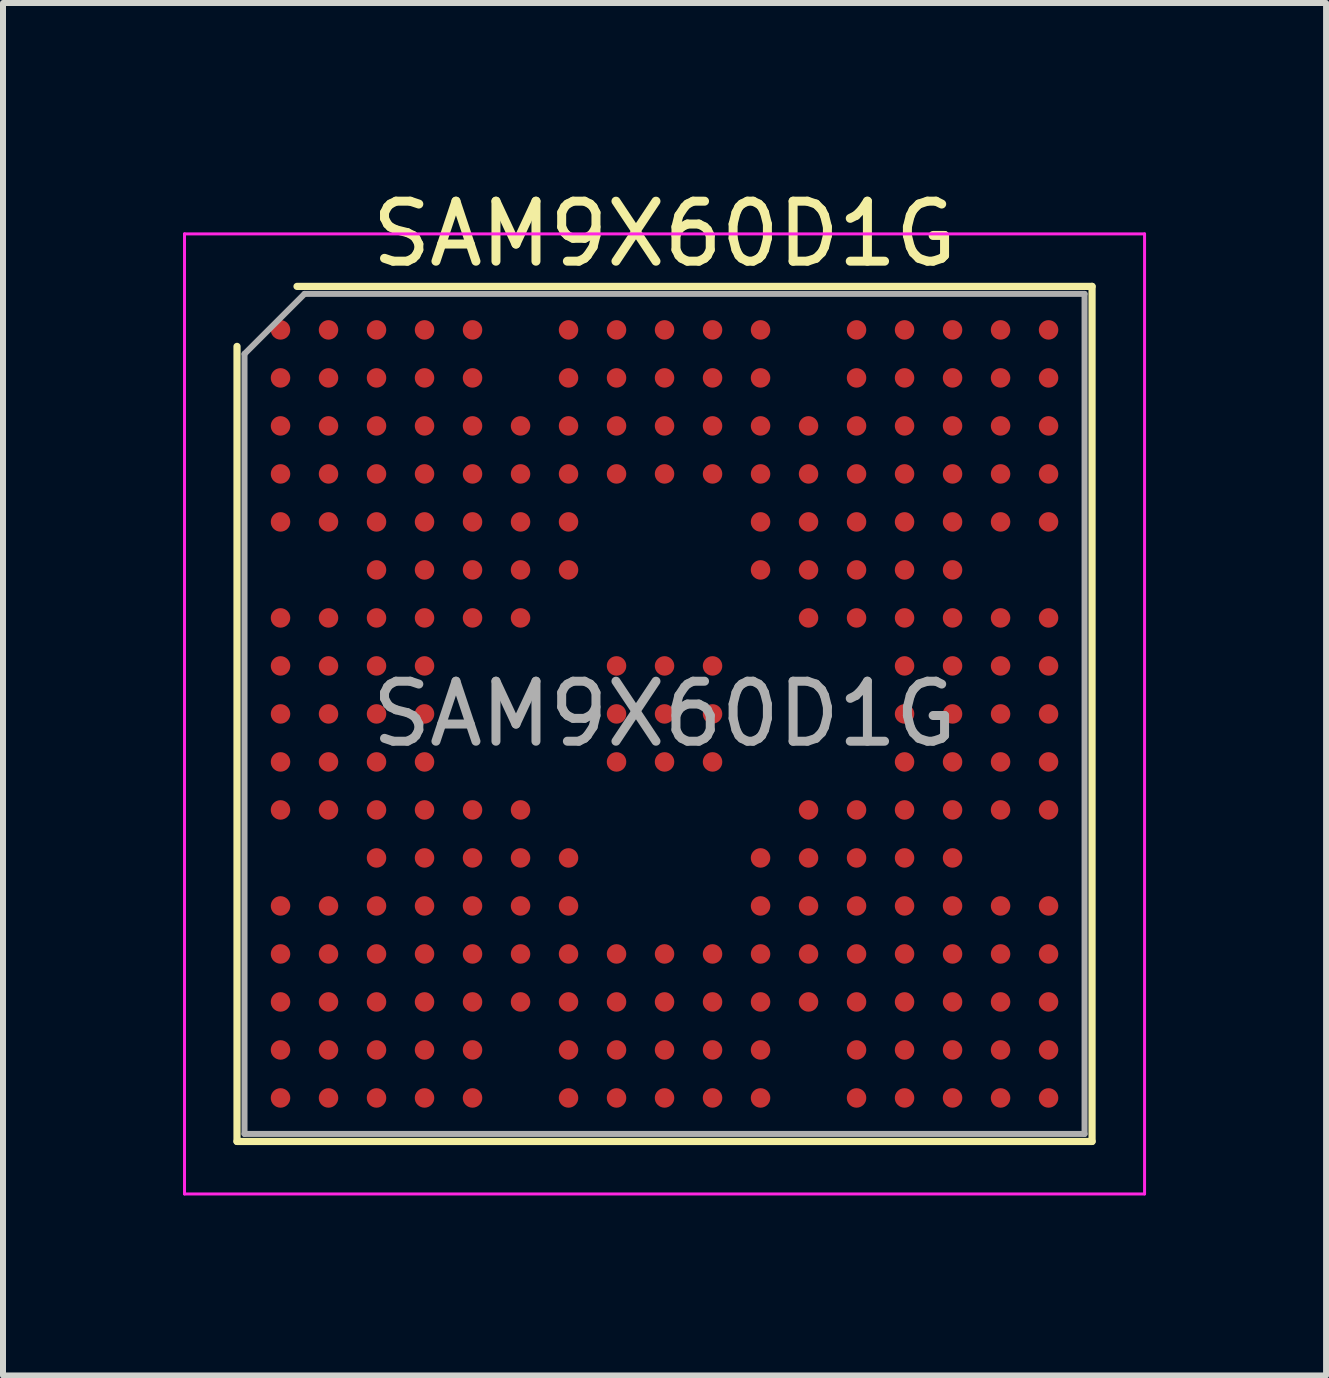
<source format=kicad_pcb>
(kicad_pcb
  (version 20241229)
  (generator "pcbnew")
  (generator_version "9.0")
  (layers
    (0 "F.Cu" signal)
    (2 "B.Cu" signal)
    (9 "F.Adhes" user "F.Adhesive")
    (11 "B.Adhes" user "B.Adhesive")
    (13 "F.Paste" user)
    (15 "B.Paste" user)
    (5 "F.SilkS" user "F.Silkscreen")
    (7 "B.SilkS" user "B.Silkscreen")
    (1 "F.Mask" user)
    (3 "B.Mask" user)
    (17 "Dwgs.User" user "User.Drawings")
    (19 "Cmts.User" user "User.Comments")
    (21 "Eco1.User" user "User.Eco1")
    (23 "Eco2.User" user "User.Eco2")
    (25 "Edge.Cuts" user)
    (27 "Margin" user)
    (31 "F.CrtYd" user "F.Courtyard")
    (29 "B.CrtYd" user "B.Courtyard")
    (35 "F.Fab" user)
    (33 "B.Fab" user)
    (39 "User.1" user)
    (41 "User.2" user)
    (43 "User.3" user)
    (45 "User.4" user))
  (footprint "SAM9X60D1G"
    (layer "F.Cu")
    (at 8.025 8.848)
    (property "Reference" "SAM9X60D1G" (at 0 -8 0) (layer "F.SilkS") (effects (font (size 1 1) (thickness 0.15))))
    (attr smd)
    (fp_line (start -7.125 7.125) (end -7.125 -6.125) (stroke (width 0.12) (type solid)) (layer "F.SilkS"))
    (fp_line (start -6.125 -7.125) (end 7.125 -7.125) (stroke (width 0.12) (type solid)) (layer "F.SilkS"))
    (fp_line (start 7.125 -7.125) (end 7.125 7.125) (stroke (width 0.12) (type solid)) (layer "F.SilkS"))
    (fp_line (start 7.125 7.125) (end -7.125 7.125) (stroke (width 0.12) (type solid)) (layer "F.SilkS"))
    (fp_line (start -8 -8) (end -8 8) (stroke (width 0.05) (type solid)) (layer "F.CrtYd"))
    (fp_line (start -8 8) (end 8 8) (stroke (width 0.05) (type solid)) (layer "F.CrtYd"))
    (fp_line (start 8 -8) (end -8 -8) (stroke (width 0.05) (type solid)) (layer "F.CrtYd"))
    (fp_line (start 8 8) (end 8 -8) (stroke (width 0.05) (type solid)) (layer "F.CrtYd"))
    (fp_line (start -7 -6) (end -6 -7) (stroke (width 0.1) (type solid)) (layer "F.Fab"))
    (fp_line (start -7 7) (end -7 -6) (stroke (width 0.1) (type solid)) (layer "F.Fab"))
    (fp_line (start -6 -7) (end 7 -7) (stroke (width 0.1) (type solid)) (layer "F.Fab"))
    (fp_line (start 7 -7) (end 7 7) (stroke (width 0.1) (type solid)) (layer "F.Fab"))
    (fp_line (start 7 7) (end -7 7) (stroke (width 0.1) (type solid)) (layer "F.Fab"))
    (fp_text user "${REFERENCE}" (at 0 0 0) (layer "F.Fab") (effects (font (size 1 1) (thickness 0.15))))
    (pad "A2" smd circle (at -5.6 -6.4) (size 0.325 0.325) (layers "F.Cu" "F.Mask" "F.Paste"))
    (pad "A3" smd circle (at -4.8 -6.4) (size 0.325 0.325) (layers "F.Cu" "F.Mask" "F.Paste"))
    (pad "A4" smd circle (at -4 -6.4) (size 0.325 0.325) (layers "F.Cu" "F.Mask" "F.Paste"))
    (pad "A5" smd circle (at -3.2 -6.4) (size 0.325 0.325) (layers "F.Cu" "F.Mask" "F.Paste"))
    (pad "A7" smd circle (at -1.6 -6.4) (size 0.325 0.325) (layers "F.Cu" "F.Mask" "F.Paste"))
    (pad "A8" smd circle (at -0.8 -6.4) (size 0.325 0.325) (layers "F.Cu" "F.Mask" "F.Paste"))
    (pad "A9" smd circle (at 0 -6.4) (size 0.325 0.325) (layers "F.Cu" "F.Mask" "F.Paste"))
    (pad "A10" smd circle (at 0.8 -6.4) (size 0.325 0.325) (layers "F.Cu" "F.Mask" "F.Paste"))
    (pad "A11" smd circle (at 1.6 -6.4) (size 0.325 0.325) (layers "F.Cu" "F.Mask" "F.Paste"))
    (pad "A14" smd circle (at 4 -6.4) (size 0.325 0.325) (layers "F.Cu" "F.Mask" "F.Paste"))
    (pad "A16" smd circle (at 5.6 -6.4) (size 0.325 0.325) (layers "F.Cu" "F.Mask" "F.Paste"))
    (pad "B1" smd circle (at -6.4 -5.6) (size 0.325 0.325) (layers "F.Cu" "F.Mask" "F.Paste"))
    (pad "B3" smd circle (at -4.8 -5.6) (size 0.325 0.325) (layers "F.Cu" "F.Mask" "F.Paste"))
    (pad "B4" smd circle (at -4 -5.6) (size 0.325 0.325) (layers "F.Cu" "F.Mask" "F.Paste"))
    (pad "B5" smd circle (at -3.2 -5.6) (size 0.325 0.325) (layers "F.Cu" "F.Mask" "F.Paste"))
    (pad "B7" smd circle (at -1.6 -5.6) (size 0.325 0.325) (layers "F.Cu" "F.Mask" "F.Paste"))
    (pad "B8" smd circle (at -0.8 -5.6) (size 0.325 0.325) (layers "F.Cu" "F.Mask" "F.Paste"))
    (pad "B9" smd circle (at 0 -5.6) (size 0.325 0.325) (layers "F.Cu" "F.Mask" "F.Paste"))
    (pad "B10" smd circle (at 0.8 -5.6) (size 0.325 0.325) (layers "F.Cu" "F.Mask" "F.Paste"))
    (pad "B11" smd circle (at 1.6 -5.6) (size 0.325 0.325) (layers "F.Cu" "F.Mask" "F.Paste"))
    (pad "B15" smd circle (at 4.8 -5.6) (size 0.325 0.325) (layers "F.Cu" "F.Mask" "F.Paste"))
    (pad "B17" smd circle (at 6.4 -5.6) (size 0.325 0.325) (layers "F.Cu" "F.Mask" "F.Paste"))
    (pad "C1" smd circle (at -6.4 -4.8) (size 0.325 0.325) (layers "F.Cu" "F.Mask" "F.Paste"))
    (pad "C2" smd circle (at -5.6 -4.8) (size 0.325 0.325) (layers "F.Cu" "F.Mask" "F.Paste"))
    (pad "C3" smd circle (at -4.8 -4.8) (size 0.325 0.325) (layers "F.Cu" "F.Mask" "F.Paste"))
    (pad "C4" smd circle (at -4 -4.8) (size 0.325 0.325) (layers "F.Cu" "F.Mask" "F.Paste"))
    (pad "C5" smd circle (at -3.2 -4.8) (size 0.325 0.325) (layers "F.Cu" "F.Mask" "F.Paste"))
    (pad "C6" smd circle (at -2.4 -4.8) (size 0.325 0.325) (layers "F.Cu" "F.Mask" "F.Paste"))
    (pad "C7" smd circle (at -1.6 -4.8) (size 0.325 0.325) (layers "F.Cu" "F.Mask" "F.Paste"))
    (pad "C8" smd circle (at -0.8 -4.8) (size 0.325 0.325) (layers "F.Cu" "F.Mask" "F.Paste"))
    (pad "C10" smd circle (at 0.8 -4.8) (size 0.325 0.325) (layers "F.Cu" "F.Mask" "F.Paste"))
    (pad "C11" smd circle (at 1.6 -4.8) (size 0.325 0.325) (layers "F.Cu" "F.Mask" "F.Paste"))
    (pad "C14" smd circle (at 4 -4.8) (size 0.325 0.325) (layers "F.Cu" "F.Mask" "F.Paste"))
    (pad "C16" smd circle (at 5.6 -4.8) (size 0.325 0.325) (layers "F.Cu" "F.Mask" "F.Paste"))
    (pad "C17" smd circle (at 6.4 -4.8) (size 0.325 0.325) (layers "F.Cu" "F.Mask" "F.Paste"))
    (pad "D1" smd circle (at -6.4 -4) (size 0.325 0.325) (layers "F.Cu" "F.Mask" "F.Paste"))
    (pad "D2" smd circle (at -5.6 -4) (size 0.325 0.325) (layers "F.Cu" "F.Mask" "F.Paste"))
    (pad "D3" smd circle (at -4.8 -4) (size 0.325 0.325) (layers "F.Cu" "F.Mask" "F.Paste"))
    (pad "D5" smd circle (at -3.2 -4) (size 0.325 0.325) (layers "F.Cu" "F.Mask" "F.Paste"))
    (pad "D6" smd circle (at -2.4 -4) (size 0.325 0.325) (layers "F.Cu" "F.Mask" "F.Paste"))
    (pad "D7" smd circle (at -1.6 -4) (size 0.325 0.325) (layers "F.Cu" "F.Mask" "F.Paste"))
    (pad "D8" smd circle (at -0.8 -4) (size 0.325 0.325) (layers "F.Cu" "F.Mask" "F.Paste"))
    (pad "D9" smd circle (at 0 -4) (size 0.325 0.325) (layers "F.Cu" "F.Mask" "F.Paste"))
    (pad "D10" smd circle (at 0.8 -4) (size 0.325 0.325) (layers "F.Cu" "F.Mask" "F.Paste"))
    (pad "D11" smd circle (at 1.6 -4) (size 0.325 0.325) (layers "F.Cu" "F.Mask" "F.Paste"))
    (pad "D12" smd circle (at 2.4 -4) (size 0.325 0.325) (layers "F.Cu" "F.Mask" "F.Paste"))
    (pad "D13" smd circle (at 3.2 -4) (size 0.325 0.325) (layers "F.Cu" "F.Mask" "F.Paste"))
    (pad "D15" smd circle (at 4.8 -4) (size 0.325 0.325) (layers "F.Cu" "F.Mask" "F.Paste"))
    (pad "D16" smd circle (at 5.6 -4) (size 0.325 0.325) (layers "F.Cu" "F.Mask" "F.Paste"))
    (pad "D17" smd circle (at 6.4 -4) (size 0.325 0.325) (layers "F.Cu" "F.Mask" "F.Paste"))
    (pad "E1" smd circle (at -6.4 -3.2) (size 0.325 0.325) (layers "F.Cu" "F.Mask" "F.Paste"))
    (pad "E2" smd circle (at -5.6 -3.2) (size 0.325 0.325) (layers "F.Cu" "F.Mask" "F.Paste"))
    (pad "E3" smd circle (at -4.8 -3.2) (size 0.325 0.325) (layers "F.Cu" "F.Mask" "F.Paste"))
    (pad "E4" smd circle (at -4 -3.2) (size 0.325 0.325) (layers "F.Cu" "F.Mask" "F.Paste"))
    (pad "E11" smd circle (at 1.6 -3.2) (size 0.325 0.325) (layers "F.Cu" "F.Mask" "F.Paste"))
    (pad "E12" smd circle (at 2.4 -3.2) (size 0.325 0.325) (layers "F.Cu" "F.Mask" "F.Paste"))
    (pad "E14" smd circle (at 4 -3.2) (size 0.325 0.325) (layers "F.Cu" "F.Mask" "F.Paste"))
    (pad "E15" smd circle (at 4.8 -3.2) (size 0.325 0.325) (layers "F.Cu" "F.Mask" "F.Paste"))
    (pad "E16" smd circle (at 5.6 -3.2) (size 0.325 0.325) (layers "F.Cu" "F.Mask" "F.Paste"))
    (pad "E17" smd circle (at 6.4 -3.2) (size 0.325 0.325) (layers "F.Cu" "F.Mask" "F.Paste"))
    (pad "F4" smd circle (at -4 -2.4) (size 0.325 0.325) (layers "F.Cu" "F.Mask" "F.Paste"))
    (pad "F5" smd circle (at -3.2 -2.4) (size 0.325 0.325) (layers "F.Cu" "F.Mask" "F.Paste"))
    (pad "F13" smd circle (at 3.2 -2.4) (size 0.325 0.325) (layers "F.Cu" "F.Mask" "F.Paste"))
    (pad "F14" smd circle (at 4 -2.4) (size 0.325 0.325) (layers "F.Cu" "F.Mask" "F.Paste"))
    (pad "G" smd circle (at -6.4 -6.4) (size 0.325 0.325) (layers "F.Cu" "F.Mask" "F.Paste"))
    (pad "G" smd circle (at -6.4 6.4) (size 0.325 0.325) (layers "F.Cu" "F.Mask" "F.Paste"))
    (pad "G" smd circle (at -5.6 -5.6) (size 0.325 0.325) (layers "F.Cu" "F.Mask" "F.Paste"))
    (pad "G" smd circle (at -5.6 5.6) (size 0.325 0.325) (layers "F.Cu" "F.Mask" "F.Paste"))
    (pad "G" smd circle (at -4.8 -2.4) (size 0.325 0.325) (layers "F.Cu" "F.Mask" "F.Paste"))
    (pad "G" smd circle (at -4.8 0) (size 0.325 0.325) (layers "F.Cu" "F.Mask" "F.Paste"))
    (pad "G" smd circle (at -4.8 4.8) (size 0.325 0.325) (layers "F.Cu" "F.Mask" "F.Paste"))
    (pad "G" smd circle (at -4 -4) (size 0.325 0.325) (layers "F.Cu" "F.Mask" "F.Paste"))
    (pad "G" smd circle (at -4 4) (size 0.325 0.325) (layers "F.Cu" "F.Mask" "F.Paste"))
    (pad "G" smd circle (at -3.2 -3.2) (size 0.325 0.325) (layers "F.Cu" "F.Mask" "F.Paste"))
    (pad "G" smd circle (at -3.2 1.6) (size 0.325 0.325) (layers "F.Cu" "F.Mask" "F.Paste"))
    (pad "G" smd circle (at -3.2 2.4) (size 0.325 0.325) (layers "F.Cu" "F.Mask" "F.Paste"))
    (pad "G" smd circle (at -3.2 3.2) (size 0.325 0.325) (layers "F.Cu" "F.Mask" "F.Paste"))
    (pad "G" smd circle (at -2.4 -3.2) (size 0.325 0.325) (layers "F.Cu" "F.Mask" "F.Paste"))
    (pad "G" smd circle (at -2.4 -2.4) (size 0.325 0.325) (layers "F.Cu" "F.Mask" "F.Paste"))
    (pad "G" smd circle (at -2.4 -1.6) (size 0.325 0.325) (layers "F.Cu" "F.Mask" "F.Paste"))
    (pad "G" smd circle (at -2.4 2.4) (size 0.325 0.325) (layers "F.Cu" "F.Mask" "F.Paste"))
    (pad "G" smd circle (at -2.4 3.2) (size 0.325 0.325) (layers "F.Cu" "F.Mask" "F.Paste"))
    (pad "G" smd circle (at -1.6 -3.2) (size 0.325 0.325) (layers "F.Cu" "F.Mask" "F.Paste"))
    (pad "G" smd circle (at -1.6 -2.4) (size 0.325 0.325) (layers "F.Cu" "F.Mask" "F.Paste"))
    (pad "G" smd circle (at -0.8 -0.8) (size 0.325 0.325) (layers "F.Cu" "F.Mask" "F.Paste"))
    (pad "G" smd circle (at -0.8 0) (size 0.325 0.325) (layers "F.Cu" "F.Mask" "F.Paste"))
    (pad "G" smd circle (at -0.8 0.8) (size 0.325 0.325) (layers "F.Cu" "F.Mask" "F.Paste"))
    (pad "G" smd circle (at 0 -4.8) (size 0.325 0.325) (layers "F.Cu" "F.Mask" "F.Paste"))
    (pad "G" smd circle (at 0 -0.8) (size 0.325 0.325) (layers "F.Cu" "F.Mask" "F.Paste"))
    (pad "G" smd circle (at 0 0) (size 0.325 0.325) (layers "F.Cu" "F.Mask" "F.Paste"))
    (pad "G" smd circle (at 0 0.8) (size 0.325 0.325) (layers "F.Cu" "F.Mask" "F.Paste"))
    (pad "G" smd circle (at 0 4.8) (size 0.325 0.325) (layers "F.Cu" "F.Mask" "F.Paste"))
    (pad "G" smd circle (at 0.8 -0.8) (size 0.325 0.325) (layers "F.Cu" "F.Mask" "F.Paste"))
    (pad "G" smd circle (at 0.8 0) (size 0.325 0.325) (layers "F.Cu" "F.Mask" "F.Paste"))
    (pad "G" smd circle (at 0.8 0.8) (size 0.325 0.325) (layers "F.Cu" "F.Mask" "F.Paste"))
    (pad "G" smd circle (at 0.8 4) (size 0.325 0.325) (layers "F.Cu" "F.Mask" "F.Paste"))
    (pad "G" smd circle (at 1.6 -2.4) (size 0.325 0.325) (layers "F.Cu" "F.Mask" "F.Paste"))
    (pad "G" smd circle (at 1.6 2.4) (size 0.325 0.325) (layers "F.Cu" "F.Mask" "F.Paste"))
    (pad "G" smd circle (at 1.6 4.8) (size 0.325 0.325) (layers "F.Cu" "F.Mask" "F.Paste"))
    (pad "G" smd circle (at 2.4 -4.8) (size 0.325 0.325) (layers "F.Cu" "F.Mask" "F.Paste"))
    (pad "G" smd circle (at 2.4 -2.4) (size 0.325 0.325) (layers "F.Cu" "F.Mask" "F.Paste"))
    (pad "G" smd circle (at 2.4 -1.6) (size 0.325 0.325) (layers "F.Cu" "F.Mask" "F.Paste"))
    (pad "G" smd circle (at 2.4 1.6) (size 0.325 0.325) (layers "F.Cu" "F.Mask" "F.Paste"))
    (pad "G" smd circle (at 2.4 2.4) (size 0.325 0.325) (layers "F.Cu" "F.Mask" "F.Paste"))
    (pad "G" smd circle (at 2.4 3.2) (size 0.325 0.325) (layers "F.Cu" "F.Mask" "F.Paste"))
    (pad "G" smd circle (at 3.2 -6.4) (size 0.325 0.325) (layers "F.Cu" "F.Mask" "F.Paste"))
    (pad "G" smd circle (at 3.2 -5.6) (size 0.325 0.325) (layers "F.Cu" "F.Mask" "F.Paste"))
    (pad "G" smd circle (at 3.2 -4.8) (size 0.325 0.325) (layers "F.Cu" "F.Mask" "F.Paste"))
    (pad "G" smd circle (at 3.2 -3.2) (size 0.325 0.325) (layers "F.Cu" "F.Mask" "F.Paste"))
    (pad "G" smd circle (at 3.2 1.6) (size 0.325 0.325) (layers "F.Cu" "F.Mask" "F.Paste"))
    (pad "G" smd circle (at 3.2 2.4) (size 0.325 0.325) (layers "F.Cu" "F.Mask" "F.Paste"))
    (pad "G" smd circle (at 3.2 3.2) (size 0.325 0.325) (layers "F.Cu" "F.Mask" "F.Paste"))
    (pad "G" smd circle (at 4 -5.6) (size 0.325 0.325) (layers "F.Cu" "F.Mask" "F.Paste"))
    (pad "G" smd circle (at 4 -4) (size 0.325 0.325) (layers "F.Cu" "F.Mask" "F.Paste"))
    (pad "G" smd circle (at 4 1.6) (size 0.325 0.325) (layers "F.Cu" "F.Mask" "F.Paste"))
    (pad "G" smd circle (at 4 2.4) (size 0.325 0.325) (layers "F.Cu" "F.Mask" "F.Paste"))
    (pad "G" smd circle (at 4 4) (size 0.325 0.325) (layers "F.Cu" "F.Mask" "F.Paste"))
    (pad "G" smd circle (at 4.8 -6.4) (size 0.325 0.325) (layers "F.Cu" "F.Mask" "F.Paste"))
    (pad "G" smd circle (at 4.8 -4.8) (size 0.325 0.325) (layers "F.Cu" "F.Mask" "F.Paste"))
    (pad "G" smd circle (at 4.8 -2.4) (size 0.325 0.325) (layers "F.Cu" "F.Mask" "F.Paste"))
    (pad "G" smd circle (at 4.8 0) (size 0.325 0.325) (layers "F.Cu" "F.Mask" "F.Paste"))
    (pad "G" smd circle (at 4.8 4.8) (size 0.325 0.325) (layers "F.Cu" "F.Mask" "F.Paste"))
    (pad "G" smd circle (at 4.8 6.4) (size 0.325 0.325) (layers "F.Cu" "F.Mask" "F.Paste"))
    (pad "G" smd circle (at 5.6 -5.6) (size 0.325 0.325) (layers "F.Cu" "F.Mask" "F.Paste"))
    (pad "G" smd circle (at 5.6 4.8) (size 0.325 0.325) (layers "F.Cu" "F.Mask" "F.Paste"))
    (pad "G" smd circle (at 5.6 5.6) (size 0.325 0.325) (layers "F.Cu" "F.Mask" "F.Paste"))
    (pad "G" smd circle (at 6.4 -6.4) (size 0.325 0.325) (layers "F.Cu" "F.Mask" "F.Paste"))
    (pad "G" smd circle (at 6.4 6.4) (size 0.325 0.325) (layers "F.Cu" "F.Mask" "F.Paste"))
    (pad "G1" smd circle (at -6.4 -1.6) (size 0.325 0.325) (layers "F.Cu" "F.Mask" "F.Paste"))
    (pad "G2" smd circle (at -5.6 -1.6) (size 0.325 0.325) (layers "F.Cu" "F.Mask" "F.Paste"))
    (pad "G3" smd circle (at -4.8 -1.6) (size 0.325 0.325) (layers "F.Cu" "F.Mask" "F.Paste"))
    (pad "G4" smd circle (at -4 -1.6) (size 0.325 0.325) (layers "F.Cu" "F.Mask" "F.Paste"))
    (pad "G5" smd circle (at -3.2 -1.6) (size 0.325 0.325) (layers "F.Cu" "F.Mask" "F.Paste"))
    (pad "G13" smd circle (at 3.2 -1.6) (size 0.325 0.325) (layers "F.Cu" "F.Mask" "F.Paste"))
    (pad "G14" smd circle (at 4 -1.6) (size 0.325 0.325) (layers "F.Cu" "F.Mask" "F.Paste"))
    (pad "G15" smd circle (at 4.8 -1.6) (size 0.325 0.325) (layers "F.Cu" "F.Mask" "F.Paste"))
    (pad "G16" smd circle (at 5.6 -1.6) (size 0.325 0.325) (layers "F.Cu" "F.Mask" "F.Paste"))
    (pad "G17" smd circle (at 6.4 -1.6) (size 0.325 0.325) (layers "F.Cu" "F.Mask" "F.Paste"))
    (pad "H1" smd circle (at -6.4 -0.8) (size 0.325 0.325) (layers "F.Cu" "F.Mask" "F.Paste"))
    (pad "H2" smd circle (at -5.6 -0.8) (size 0.325 0.325) (layers "F.Cu" "F.Mask" "F.Paste"))
    (pad "H3" smd circle (at -4.8 -0.8) (size 0.325 0.325) (layers "F.Cu" "F.Mask" "F.Paste"))
    (pad "H4" smd circle (at -4 -0.8) (size 0.325 0.325) (layers "F.Cu" "F.Mask" "F.Paste"))
    (pad "H14" smd circle (at 4 -0.8) (size 0.325 0.325) (layers "F.Cu" "F.Mask" "F.Paste"))
    (pad "H15" smd circle (at 4.8 -0.8) (size 0.325 0.325) (layers "F.Cu" "F.Mask" "F.Paste"))
    (pad "H16" smd circle (at 5.6 -0.8) (size 0.325 0.325) (layers "F.Cu" "F.Mask" "F.Paste"))
    (pad "H17" smd circle (at 6.4 -0.8) (size 0.325 0.325) (layers "F.Cu" "F.Mask" "F.Paste"))
    (pad "J1" smd circle (at -6.4 0) (size 0.325 0.325) (layers "F.Cu" "F.Mask" "F.Paste"))
    (pad "J2" smd circle (at -5.6 0) (size 0.325 0.325) (layers "F.Cu" "F.Mask" "F.Paste"))
    (pad "J4" smd circle (at -4 0) (size 0.325 0.325) (layers "F.Cu" "F.Mask" "F.Paste"))
    (pad "J14" smd circle (at 4 0) (size 0.325 0.325) (layers "F.Cu" "F.Mask" "F.Paste"))
    (pad "J16" smd circle (at 5.6 0) (size 0.325 0.325) (layers "F.Cu" "F.Mask" "F.Paste"))
    (pad "J17" smd circle (at 6.4 0) (size 0.325 0.325) (layers "F.Cu" "F.Mask" "F.Paste"))
    (pad "K1" smd circle (at -6.4 0.8) (size 0.325 0.325) (layers "F.Cu" "F.Mask" "F.Paste"))
    (pad "K2" smd circle (at -5.6 0.8) (size 0.325 0.325) (layers "F.Cu" "F.Mask" "F.Paste"))
    (pad "K3" smd circle (at -4.8 0.8) (size 0.325 0.325) (layers "F.Cu" "F.Mask" "F.Paste"))
    (pad "K4" smd circle (at -4 0.8) (size 0.325 0.325) (layers "F.Cu" "F.Mask" "F.Paste"))
    (pad "K14" smd circle (at 4 0.8) (size 0.325 0.325) (layers "F.Cu" "F.Mask" "F.Paste"))
    (pad "K15" smd circle (at 4.8 0.8) (size 0.325 0.325) (layers "F.Cu" "F.Mask" "F.Paste"))
    (pad "K16" smd circle (at 5.6 0.8) (size 0.325 0.325) (layers "F.Cu" "F.Mask" "F.Paste"))
    (pad "K17" smd circle (at 6.4 0.8) (size 0.325 0.325) (layers "F.Cu" "F.Mask" "F.Paste"))
    (pad "L1" smd circle (at -6.4 1.6) (size 0.325 0.325) (layers "F.Cu" "F.Mask" "F.Paste"))
    (pad "L2" smd circle (at -5.6 1.6) (size 0.325 0.325) (layers "F.Cu" "F.Mask" "F.Paste"))
    (pad "L3" smd circle (at -4.8 1.6) (size 0.325 0.325) (layers "F.Cu" "F.Mask" "F.Paste"))
    (pad "L4" smd circle (at -4 1.6) (size 0.325 0.325) (layers "F.Cu" "F.Mask" "F.Paste"))
    (pad "L6" smd circle (at -2.4 1.6) (size 0.325 0.325) (layers "F.Cu" "F.Mask" "F.Paste"))
    (pad "L15" smd circle (at 4.8 1.6) (size 0.325 0.325) (layers "F.Cu" "F.Mask" "F.Paste"))
    (pad "L16" smd circle (at 5.6 1.6) (size 0.325 0.325) (layers "F.Cu" "F.Mask" "F.Paste"))
    (pad "L17" smd circle (at 6.4 1.6) (size 0.325 0.325) (layers "F.Cu" "F.Mask" "F.Paste"))
    (pad "M3" smd circle (at -4.8 2.4) (size 0.325 0.325) (layers "F.Cu" "F.Mask" "F.Paste"))
    (pad "M4" smd circle (at -4 2.4) (size 0.325 0.325) (layers "F.Cu" "F.Mask" "F.Paste"))
    (pad "M7" smd circle (at -1.6 2.4) (size 0.325 0.325) (layers "F.Cu" "F.Mask" "F.Paste"))
    (pad "M15" smd circle (at 4.8 2.4) (size 0.325 0.325) (layers "F.Cu" "F.Mask" "F.Paste"))
    (pad "N1" smd circle (at -6.4 3.2) (size 0.325 0.325) (layers "F.Cu" "F.Mask" "F.Paste"))
    (pad "N2" smd circle (at -5.6 3.2) (size 0.325 0.325) (layers "F.Cu" "F.Mask" "F.Paste"))
    (pad "N3" smd circle (at -4.8 3.2) (size 0.325 0.325) (layers "F.Cu" "F.Mask" "F.Paste"))
    (pad "N4" smd circle (at -4 3.2) (size 0.325 0.325) (layers "F.Cu" "F.Mask" "F.Paste"))
    (pad "N7" smd circle (at -1.6 3.2) (size 0.325 0.325) (layers "F.Cu" "F.Mask" "F.Paste"))
    (pad "N11" smd circle (at 1.6 3.2) (size 0.325 0.325) (layers "F.Cu" "F.Mask" "F.Paste"))
    (pad "N14" smd circle (at 4 3.2) (size 0.325 0.325) (layers "F.Cu" "F.Mask" "F.Paste"))
    (pad "N15" smd circle (at 4.8 3.2) (size 0.325 0.325) (layers "F.Cu" "F.Mask" "F.Paste"))
    (pad "N16" smd circle (at 5.6 3.2) (size 0.325 0.325) (layers "F.Cu" "F.Mask" "F.Paste"))
    (pad "N17" smd circle (at 6.4 3.2) (size 0.325 0.325) (layers "F.Cu" "F.Mask" "F.Paste"))
    (pad "P1" smd circle (at -6.4 4) (size 0.325 0.325) (layers "F.Cu" "F.Mask" "F.Paste"))
    (pad "P2" smd circle (at -5.6 4) (size 0.325 0.325) (layers "F.Cu" "F.Mask" "F.Paste"))
    (pad "P3" smd circle (at -4.8 4) (size 0.325 0.325) (layers "F.Cu" "F.Mask" "F.Paste"))
    (pad "P5" smd circle (at -3.2 4) (size 0.325 0.325) (layers "F.Cu" "F.Mask" "F.Paste"))
    (pad "P6" smd circle (at -2.4 4) (size 0.325 0.325) (layers "F.Cu" "F.Mask" "F.Paste"))
    (pad "P7" smd circle (at -1.6 4) (size 0.325 0.325) (layers "F.Cu" "F.Mask" "F.Paste"))
    (pad "P8" smd circle (at -0.8 4) (size 0.325 0.325) (layers "F.Cu" "F.Mask" "F.Paste"))
    (pad "P9" smd circle (at 0 4) (size 0.325 0.325) (layers "F.Cu" "F.Mask" "F.Paste"))
    (pad "P11" smd circle (at 1.6 4) (size 0.325 0.325) (layers "F.Cu" "F.Mask" "F.Paste"))
    (pad "P12" smd circle (at 2.4 4) (size 0.325 0.325) (layers "F.Cu" "F.Mask" "F.Paste"))
    (pad "P13" smd circle (at 3.2 4) (size 0.325 0.325) (layers "F.Cu" "F.Mask" "F.Paste"))
    (pad "P15" smd circle (at 4.8 4) (size 0.325 0.325) (layers "F.Cu" "F.Mask" "F.Paste"))
    (pad "P16" smd circle (at 5.6 4) (size 0.325 0.325) (layers "F.Cu" "F.Mask" "F.Paste"))
    (pad "P17" smd circle (at 6.4 4) (size 0.325 0.325) (layers "F.Cu" "F.Mask" "F.Paste"))
    (pad "R1" smd circle (at -6.4 4.8) (size 0.325 0.325) (layers "F.Cu" "F.Mask" "F.Paste"))
    (pad "R2" smd circle (at -5.6 4.8) (size 0.325 0.325) (layers "F.Cu" "F.Mask" "F.Paste"))
    (pad "R4" smd circle (at -4 4.8) (size 0.325 0.325) (layers "F.Cu" "F.Mask" "F.Paste"))
    (pad "R5" smd circle (at -3.2 4.8) (size 0.325 0.325) (layers "F.Cu" "F.Mask" "F.Paste"))
    (pad "R6" smd circle (at -2.4 4.8) (size 0.325 0.325) (layers "F.Cu" "F.Mask" "F.Paste"))
    (pad "R7" smd circle (at -1.6 4.8) (size 0.325 0.325) (layers "F.Cu" "F.Mask" "F.Paste"))
    (pad "R8" smd circle (at -0.8 4.8) (size 0.325 0.325) (layers "F.Cu" "F.Mask" "F.Paste"))
    (pad "R10" smd circle (at 0.8 4.8) (size 0.325 0.325) (layers "F.Cu" "F.Mask" "F.Paste"))
    (pad "R12" smd circle (at 2.4 4.8) (size 0.325 0.325) (layers "F.Cu" "F.Mask" "F.Paste"))
    (pad "R13" smd circle (at 3.2 4.8) (size 0.325 0.325) (layers "F.Cu" "F.Mask" "F.Paste"))
    (pad "R14" smd circle (at 4 4.8) (size 0.325 0.325) (layers "F.Cu" "F.Mask" "F.Paste"))
    (pad "R17" smd circle (at 6.4 4.8) (size 0.325 0.325) (layers "F.Cu" "F.Mask" "F.Paste"))
    (pad "T1" smd circle (at -6.4 5.6) (size 0.325 0.325) (layers "F.Cu" "F.Mask" "F.Paste"))
    (pad "T3" smd circle (at -4.8 5.6) (size 0.325 0.325) (layers "F.Cu" "F.Mask" "F.Paste"))
    (pad "T4" smd circle (at -4 5.6) (size 0.325 0.325) (layers "F.Cu" "F.Mask" "F.Paste"))
    (pad "T5" smd circle (at -3.2 5.6) (size 0.325 0.325) (layers "F.Cu" "F.Mask" "F.Paste"))
    (pad "T7" smd circle (at -1.6 5.6) (size 0.325 0.325) (layers "F.Cu" "F.Mask" "F.Paste"))
    (pad "T8" smd circle (at -0.8 5.6) (size 0.325 0.325) (layers "F.Cu" "F.Mask" "F.Paste"))
    (pad "T9" smd circle (at 0 5.6) (size 0.325 0.325) (layers "F.Cu" "F.Mask" "F.Paste"))
    (pad "T10" smd circle (at 0.8 5.6) (size 0.325 0.325) (layers "F.Cu" "F.Mask" "F.Paste"))
    (pad "T11" smd circle (at 1.6 5.6) (size 0.325 0.325) (layers "F.Cu" "F.Mask" "F.Paste"))
    (pad "T13" smd circle (at 3.2 5.6) (size 0.325 0.325) (layers "F.Cu" "F.Mask" "F.Paste"))
    (pad "T14" smd circle (at 4 5.6) (size 0.325 0.325) (layers "F.Cu" "F.Mask" "F.Paste"))
    (pad "T15" smd circle (at 4.8 5.6) (size 0.325 0.325) (layers "F.Cu" "F.Mask" "F.Paste"))
    (pad "T17" smd circle (at 6.4 5.6) (size 0.325 0.325) (layers "F.Cu" "F.Mask" "F.Paste"))
    (pad "U2" smd circle (at -5.6 6.4) (size 0.325 0.325) (layers "F.Cu" "F.Mask" "F.Paste"))
    (pad "U3" smd circle (at -4.8 6.4) (size 0.325 0.325) (layers "F.Cu" "F.Mask" "F.Paste"))
    (pad "U4" smd circle (at -4 6.4) (size 0.325 0.325) (layers "F.Cu" "F.Mask" "F.Paste"))
    (pad "U5" smd circle (at -3.2 6.4) (size 0.325 0.325) (layers "F.Cu" "F.Mask" "F.Paste"))
    (pad "U7" smd circle (at -1.6 6.4) (size 0.325 0.325) (layers "F.Cu" "F.Mask" "F.Paste"))
    (pad "U8" smd circle (at -0.8 6.4) (size 0.325 0.325) (layers "F.Cu" "F.Mask" "F.Paste"))
    (pad "U9" smd circle (at 0 6.4) (size 0.325 0.325) (layers "F.Cu" "F.Mask" "F.Paste"))
    (pad "U10" smd circle (at 0.8 6.4) (size 0.325 0.325) (layers "F.Cu" "F.Mask" "F.Paste"))
    (pad "U11" smd circle (at 1.6 6.4) (size 0.325 0.325) (layers "F.Cu" "F.Mask" "F.Paste"))
    (pad "U13" smd circle (at 3.2 6.4) (size 0.325 0.325) (layers "F.Cu" "F.Mask" "F.Paste"))
    (pad "U14" smd circle (at 4 6.4) (size 0.325 0.325) (layers "F.Cu" "F.Mask" "F.Paste"))
    (pad "U16" smd circle (at 5.6 6.4) (size 0.325 0.325) (layers "F.Cu" "F.Mask" "F.Paste")))
  (gr_rect
    (start -3 -3)
    (end 19.05 19.873)
    (stroke (width 0.1) (type default))
    (fill no)
    (layer "Edge.Cuts")))
</source>
